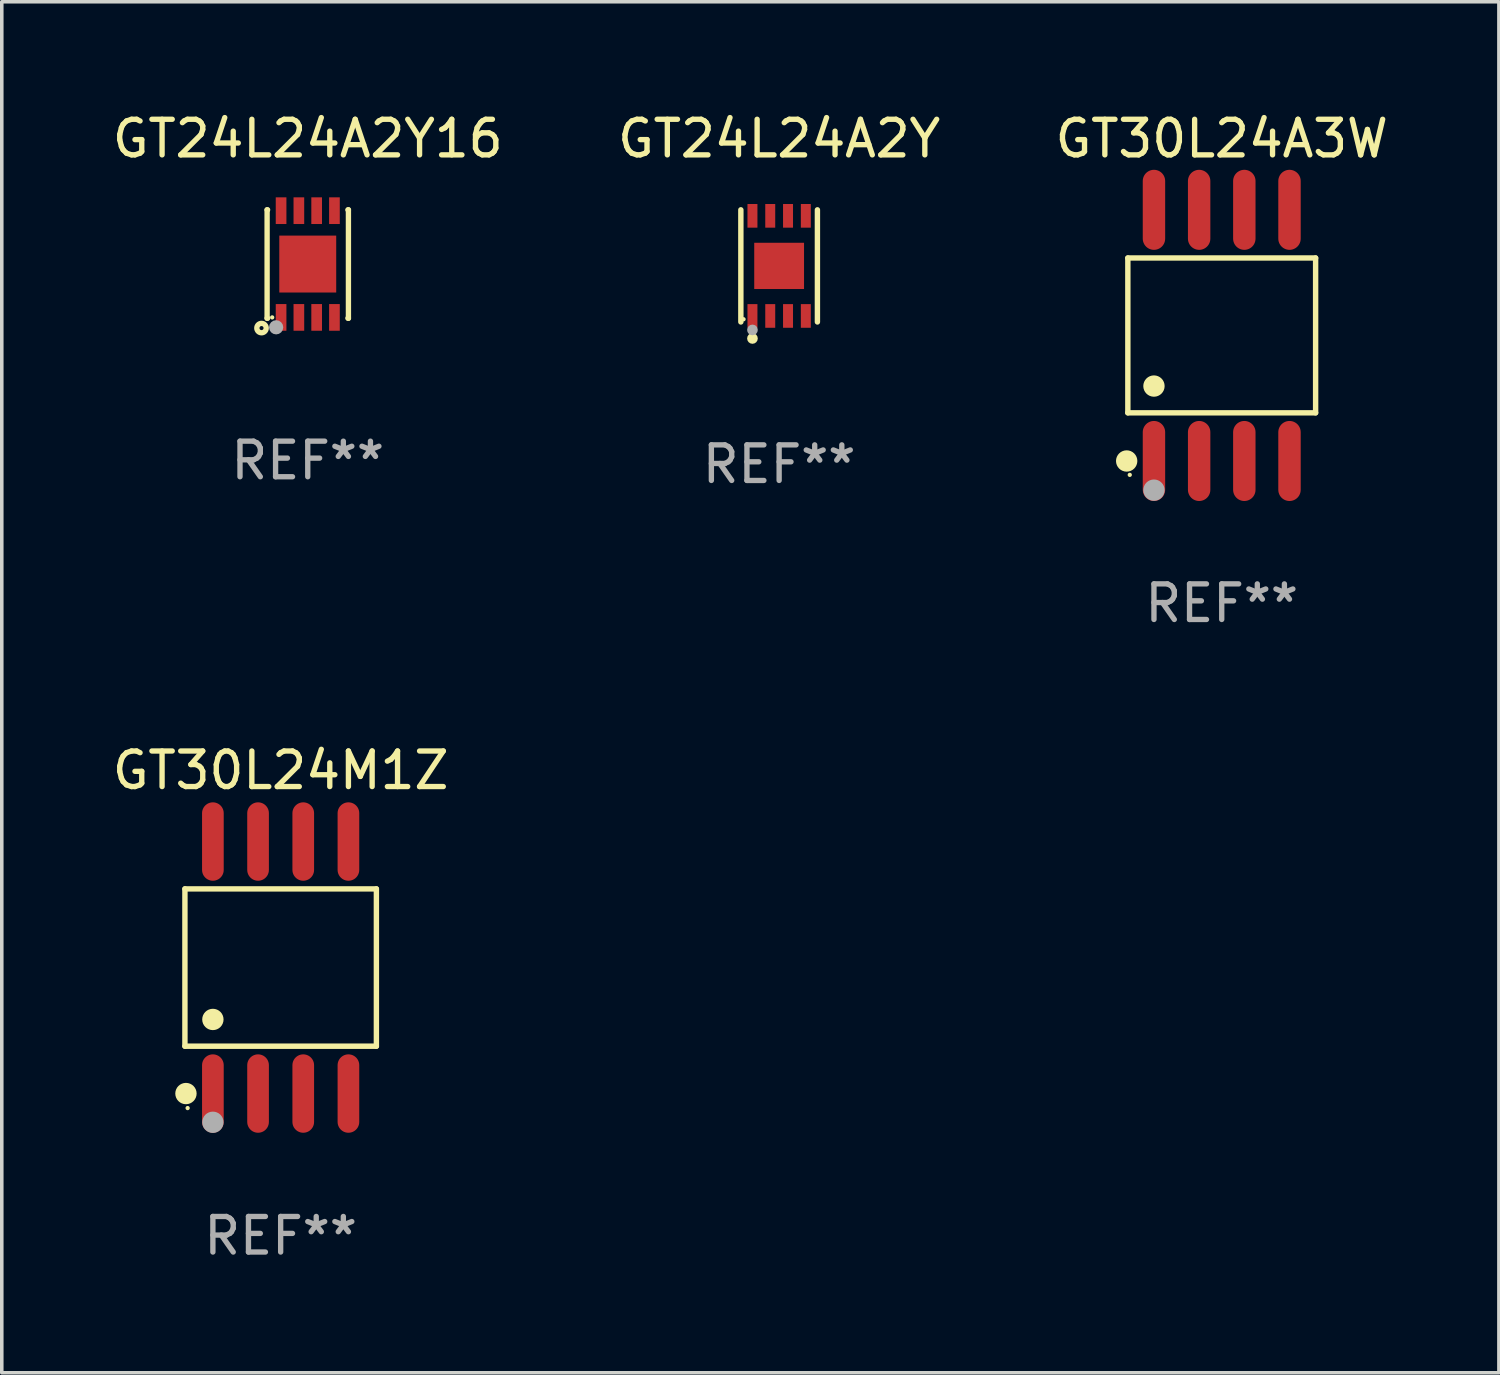
<source format=kicad_pcb>
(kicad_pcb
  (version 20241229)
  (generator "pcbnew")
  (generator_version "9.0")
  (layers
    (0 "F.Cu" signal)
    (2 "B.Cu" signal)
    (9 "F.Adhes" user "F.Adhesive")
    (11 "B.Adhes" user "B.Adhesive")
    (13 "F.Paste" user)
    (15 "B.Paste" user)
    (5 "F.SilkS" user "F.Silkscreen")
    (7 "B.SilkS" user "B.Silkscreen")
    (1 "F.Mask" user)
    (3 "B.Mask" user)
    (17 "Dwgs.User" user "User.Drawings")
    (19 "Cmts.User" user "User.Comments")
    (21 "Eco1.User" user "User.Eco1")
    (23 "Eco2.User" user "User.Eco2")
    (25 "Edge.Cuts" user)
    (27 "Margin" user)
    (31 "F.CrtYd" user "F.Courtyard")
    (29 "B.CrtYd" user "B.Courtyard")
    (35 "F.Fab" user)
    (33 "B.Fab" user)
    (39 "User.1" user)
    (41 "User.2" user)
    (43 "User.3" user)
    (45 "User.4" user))
  (footprint "GT24L24A2Y"
    (layer "F.Cu")
    (at 18.851 4.424)
    (property "Reference" "GT24L24A2Y" (at 0 -3.576 0) (layer "F.SilkS") (effects (font (size 1 1) (thickness 0.15))))
    (attr through_hole)
    (fp_line (start -1.076 1.576) (end -1.076 -1.576) (stroke (width 0.152) (type solid)) (layer "F.SilkS"))
    (fp_line (start 1.076 1.576) (end 1.076 -1.576) (stroke (width 0.152) (type solid)) (layer "F.SilkS"))
    (fp_circle (center -1 1.5) (end -0.97 1.5) (stroke (width 0.06) (type solid)) (fill no) (layer "F.SilkS"))
    (fp_circle (center -0.75 2.04) (end -0.675 2.04) (stroke (width 0.15) (type solid)) (fill no) (layer "F.SilkS"))
    (fp_circle (center -0.75 1.8) (end -0.675 1.8) (stroke (width 0.15) (type solid)) (fill no) (layer "F.Fab"))
    (fp_text user "REF**" (at 0 5.576 0) (layer "F.Fab") (effects (font (size 1 1) (thickness 0.15))))
    (pad "1" smd rect (at -0.75 1.407) (size 0.28 0.665) (layers "F.Cu" "F.Mask" "F.Paste"))
    (pad "2" smd rect (at -0.25 1.407) (size 0.28 0.665) (layers "F.Cu" "F.Mask" "F.Paste"))
    (pad "3" smd rect (at 0.25 1.407) (size 0.28 0.665) (layers "F.Cu" "F.Mask" "F.Paste"))
    (pad "4" smd rect (at 0.75 1.407) (size 0.28 0.665) (layers "F.Cu" "F.Mask" "F.Paste"))
    (pad "5" smd rect (at 0.75 -1.407) (size 0.28 0.665) (layers "F.Cu" "F.Mask" "F.Paste"))
    (pad "6" smd rect (at 0.25 -1.407) (size 0.28 0.665) (layers "F.Cu" "F.Mask" "F.Paste"))
    (pad "7" smd rect (at -0.25 -1.407) (size 0.28 0.665) (layers "F.Cu" "F.Mask" "F.Paste"))
    (pad "8" smd rect (at -0.75 -1.407) (size 0.28 0.665) (layers "F.Cu" "F.Mask" "F.Paste"))
    (pad "9" smd rect (at 0 0) (size 1.4 1.3) (layers "F.Cu" "F.Mask" "F.Paste")))
  (footprint "GT24L24A2Y16"
    (layer "F.Cu")
    (at 5.601 4.372)
    (property "Reference" "GT24L24A2Y16" (at 0 -3.524 0) (layer "F.SilkS") (effects (font (size 1 1) (thickness 0.15))))
    (attr through_hole)
    (fp_line (start -1.143 -1.524) (end -1.143 1.524) (stroke (width 0.15) (type solid)) (layer "F.SilkS"))
    (fp_line (start -1.143 1.524) (end -1.129 1.524) (stroke (width 0.15) (type solid)) (layer "F.SilkS"))
    (fp_line (start -1.129 -1.524) (end -1.143 -1.524) (stroke (width 0.15) (type solid)) (layer "F.SilkS"))
    (fp_line (start 1.129 1.524) (end 1.143 1.524) (stroke (width 0.15) (type solid)) (layer "F.SilkS"))
    (fp_line (start 1.143 -1.524) (end 1.129 -1.524) (stroke (width 0.15) (type solid)) (layer "F.SilkS"))
    (fp_line (start 1.143 1.524) (end 1.143 -1.524) (stroke (width 0.15) (type solid)) (layer "F.SilkS"))
    (fp_circle (center -1.3 1.8) (end -1.243 1.8) (stroke (width 0.15) (type solid)) (fill no) (layer "F.SilkS"))
    (fp_circle (center -1 1.5) (end -0.97 1.5) (stroke (width 0.06) (type solid)) (fill no) (layer "F.SilkS"))
    (fp_circle (center -0.889 1.778) (end -0.789 1.778) (stroke (width 0.2) (type solid)) (fill no) (layer "F.Fab"))
    (fp_text user "REF**" (at 0 5.524 0) (layer "F.Fab") (effects (font (size 1 1) (thickness 0.15))))
    (pad "1" smd rect (at -0.75 1.5 90) (size 0.75 0.3) (layers "F.Cu" "F.Mask" "F.Paste"))
    (pad "2" smd rect (at -0.25 1.5 90) (size 0.75 0.3) (layers "F.Cu" "F.Mask" "F.Paste"))
    (pad "3" smd rect (at 0.25 1.5 90) (size 0.75 0.3) (layers "F.Cu" "F.Mask" "F.Paste"))
    (pad "4" smd rect (at 0.75 1.5 90) (size 0.75 0.3) (layers "F.Cu" "F.Mask" "F.Paste"))
    (pad "5" smd rect (at 0.75 -1.5 90) (size 0.75 0.3) (layers "F.Cu" "F.Mask" "F.Paste"))
    (pad "6" smd rect (at 0.25 -1.5 90) (size 0.75 0.3) (layers "F.Cu" "F.Mask" "F.Paste"))
    (pad "7" smd rect (at -0.25 -1.5 90) (size 0.75 0.3) (layers "F.Cu" "F.Mask" "F.Paste"))
    (pad "8" smd rect (at -0.75 -1.5 90) (size 0.75 0.3) (layers "F.Cu" "F.Mask" "F.Paste"))
    (pad "9" smd rect (at -0.000203 0.000457 90) (size 1.6 1.6) (layers "F.Cu" "F.Mask" "F.Paste")))
  (footprint "GT30L24A3W"
    (layer "F.Cu")
    (at 31.292 6.378)
    (property "Reference" "GT30L24A3W" (at 0 -5.53 0) (layer "F.SilkS") (effects (font (size 1 1) (thickness 0.15))))
    (attr through_hole)
    (fp_line (start -2.639 -2.176) (end 2.639 -2.176) (stroke (width 0.152) (type solid)) (layer "F.SilkS"))
    (fp_line (start -2.639 2.176) (end -2.639 -2.176) (stroke (width 0.152) (type solid)) (layer "F.SilkS"))
    (fp_line (start 2.639 -2.176) (end 2.639 2.176) (stroke (width 0.152) (type solid)) (layer "F.SilkS"))
    (fp_line (start 2.639 2.176) (end -2.639 2.176) (stroke (width 0.152) (type solid)) (layer "F.SilkS"))
    (fp_circle (center -2.672 3.53) (end -2.522 3.53) (stroke (width 0.3) (type solid)) (fill no) (layer "F.SilkS"))
    (fp_circle (center -2.585 3.92) (end -2.555 3.92) (stroke (width 0.06) (type solid)) (fill no) (layer "F.SilkS"))
    (fp_circle (center -1.905 1.424) (end -1.755 1.424) (stroke (width 0.3) (type solid)) (fill no) (layer "F.SilkS"))
    (fp_circle (center -1.905 4.35) (end -1.755 4.35) (stroke (width 0.3) (type solid)) (fill no) (layer "F.Fab"))
    (fp_text user "REF**" (at 0 7.53 0) (layer "F.Fab") (effects (font (size 1 1) (thickness 0.15))))
    (pad "1" smd oval (at -1.905 3.53) (size 0.63 2.25) (layers "F.Cu" "F.Mask" "F.Paste"))
    (pad "2" smd oval (at -0.635 3.53) (size 0.63 2.25) (layers "F.Cu" "F.Mask" "F.Paste"))
    (pad "3" smd oval (at 0.635 3.53) (size 0.63 2.25) (layers "F.Cu" "F.Mask" "F.Paste"))
    (pad "4" smd oval (at 1.905 3.53) (size 0.63 2.25) (layers "F.Cu" "F.Mask" "F.Paste"))
    (pad "5" smd oval (at 1.905 -3.53) (size 0.63 2.25) (layers "F.Cu" "F.Mask" "F.Paste"))
    (pad "6" smd oval (at 0.635 -3.53) (size 0.63 2.25) (layers "F.Cu" "F.Mask" "F.Paste"))
    (pad "7" smd oval (at -0.635 -3.53) (size 0.63 2.25) (layers "F.Cu" "F.Mask" "F.Paste"))
    (pad "8" smd oval (at -1.905 -3.53) (size 0.63 2.25) (layers "F.Cu" "F.Mask" "F.Paste")))
  (footprint "GT30L24M1Z"
    (layer "F.Cu")
    (at 4.839 24.147)
    (property "Reference" "GT30L24M1Z" (at 0 -5.542 0) (layer "F.SilkS") (effects (font (size 1 1) (thickness 0.15))))
    (attr through_hole)
    (fp_line (start -2.691 -2.211) (end 2.691 -2.211) (stroke (width 0.152) (type solid)) (layer "F.SilkS"))
    (fp_line (start -2.691 2.211) (end -2.691 -2.211) (stroke (width 0.152) (type solid)) (layer "F.SilkS"))
    (fp_line (start 2.691 -2.211) (end 2.691 2.211) (stroke (width 0.152) (type solid)) (layer "F.SilkS"))
    (fp_line (start 2.691 2.211) (end -2.691 2.211) (stroke (width 0.152) (type solid)) (layer "F.SilkS"))
    (fp_circle (center -2.662 3.542) (end -2.512 3.542) (stroke (width 0.3) (type solid)) (fill no) (layer "F.SilkS"))
    (fp_circle (center -2.615 3.95) (end -2.585 3.95) (stroke (width 0.06) (type solid)) (fill no) (layer "F.SilkS"))
    (fp_circle (center -1.905 1.459) (end -1.755 1.459) (stroke (width 0.3) (type solid)) (fill no) (layer "F.SilkS"))
    (fp_circle (center -1.905 4.35) (end -1.755 4.35) (stroke (width 0.3) (type solid)) (fill no) (layer "F.Fab"))
    (fp_text user "REF**" (at 0 7.542 0) (layer "F.Fab") (effects (font (size 1 1) (thickness 0.15))))
    (pad "1" smd oval (at -1.905 3.542) (size 0.609 2.204) (layers "F.Cu" "F.Mask" "F.Paste"))
    (pad "2" smd oval (at -0.635 3.542) (size 0.609 2.204) (layers "F.Cu" "F.Mask" "F.Paste"))
    (pad "3" smd oval (at 0.635 3.542) (size 0.609 2.204) (layers "F.Cu" "F.Mask" "F.Paste"))
    (pad "4" smd oval (at 1.905 3.542) (size 0.609 2.204) (layers "F.Cu" "F.Mask" "F.Paste"))
    (pad "5" smd oval (at 1.905 -3.542) (size 0.609 2.204) (layers "F.Cu" "F.Mask" "F.Paste"))
    (pad "6" smd oval (at 0.635 -3.542) (size 0.609 2.204) (layers "F.Cu" "F.Mask" "F.Paste"))
    (pad "7" smd oval (at -0.635 -3.542) (size 0.609 2.204) (layers "F.Cu" "F.Mask" "F.Paste"))
    (pad "8" smd oval (at -1.905 -3.542) (size 0.609 2.204) (layers "F.Cu" "F.Mask" "F.Paste")))
  (gr_rect
    (start -3 -3)
    (end 39.083 35.538)
    (stroke (width 0.1) (type default))
    (fill no)
    (layer "Edge.Cuts")))
</source>
